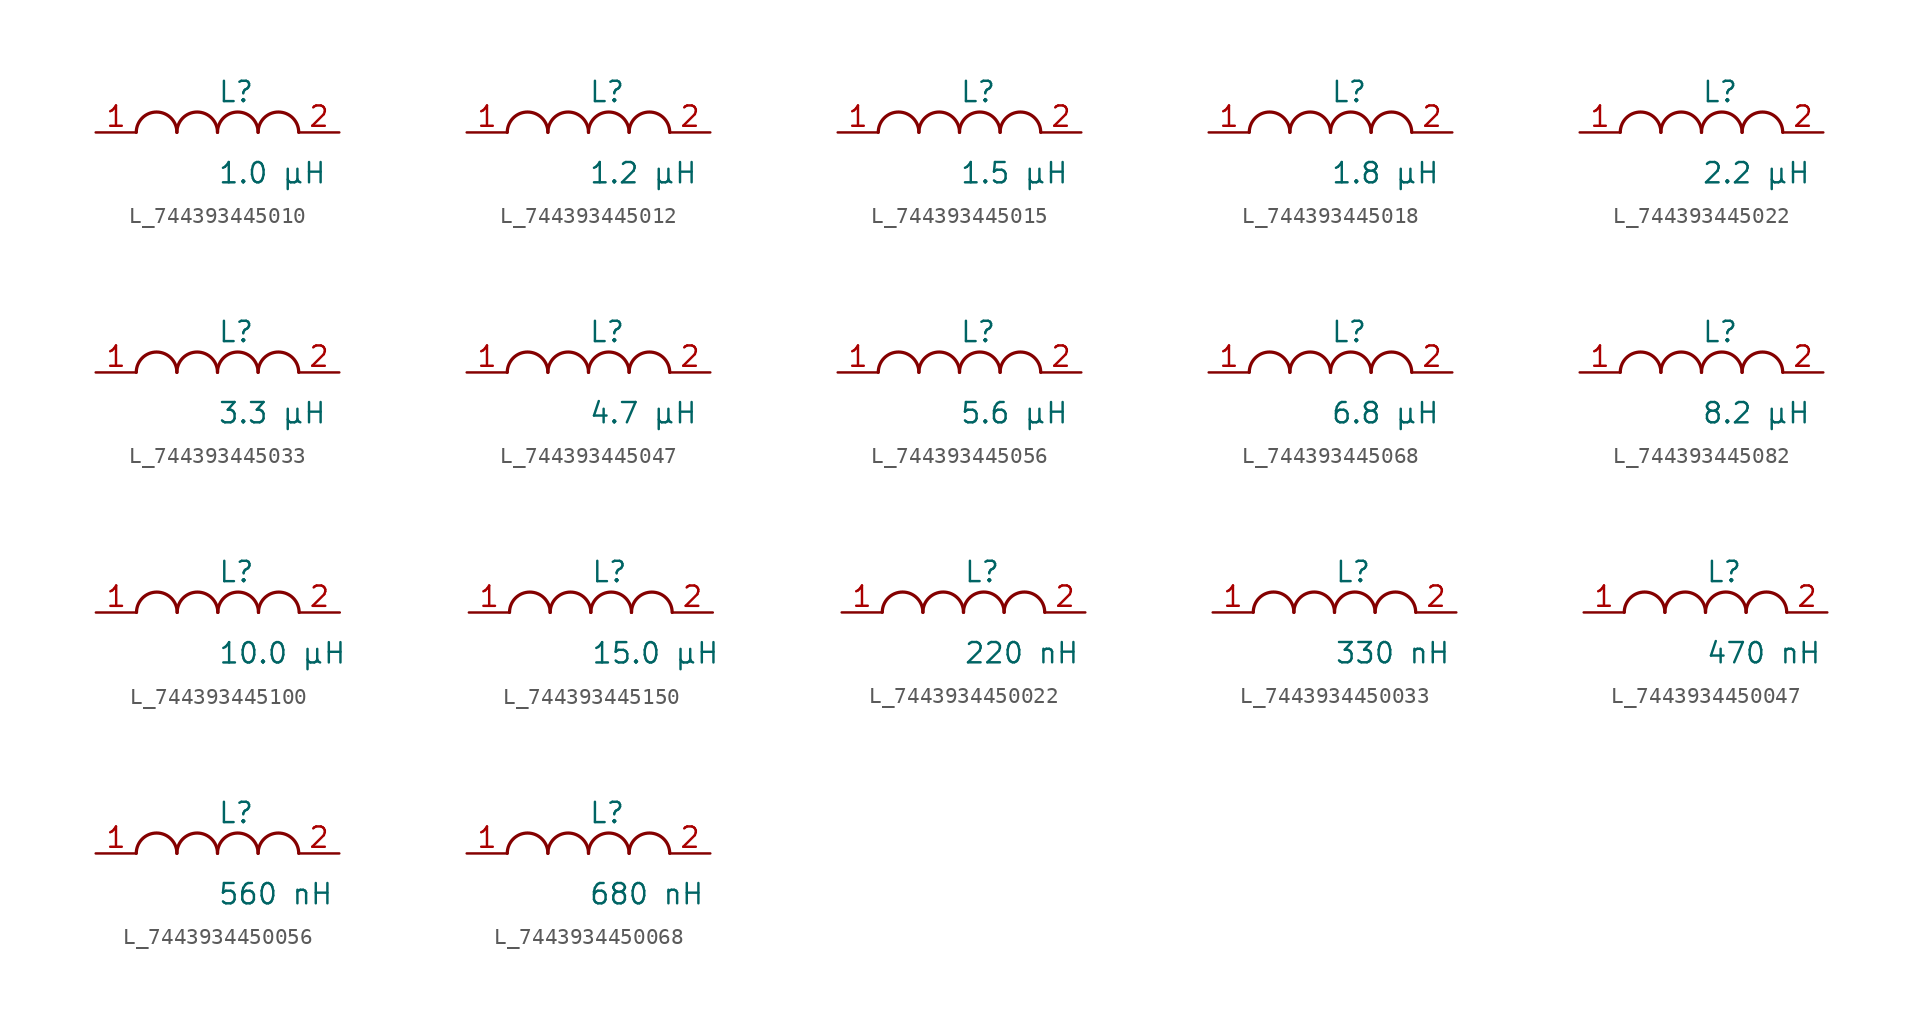
<source format=kicad_sym>
(kicad_symbol_lib
  (version 20231120)
  (generator kicad_symbol_editor)
  (generator_version 8.0)
  (symbol "L_744393445010"
    (pin_names
      (offset 0.254))
    (property "Reference" "L"
      (at 0 2.54 0)
      (effects (font (size 1.27 1.27)) (justify left)))
    (property "Value" "1.0 µH"
      (at 0 -2.54 0)
      (effects (font (size 1.27 1.27)) (justify left)))
    (symbol "L_744393445010_1_1"
      (arc (start -2.54 0.0056) (mid -3.81 1.27) (end -5.08 0.0056) (stroke (width 0.2032) (type default)) (fill (type none)))
      (arc (start 0 0.0056) (mid -1.27 1.27) (end -2.54 0.0056) (stroke (width 0.2032) (type default)) (fill (type none)))
      (arc (start 2.54 0.0056) (mid 1.27 1.27) (end 0 0.0056) (stroke (width 0.2032) (type default)) (fill (type none)))
      (arc (start 5.08 0.0056) (mid 3.81 1.27) (end 2.54 0.0056) (stroke (width 0.2032) (type default)) (fill (type none)))
      (pin unspecified line (at -7.62 0 0) (length 2.54) (name "" (effects (font (size 1.27 1.27)))) (number "1" (effects (font (size 1.27 1.27)))))
      (pin unspecified line (at 7.62 0 180) (length 2.54) (name "" (effects (font (size 1.27 1.27)))) (number "2" (effects (font (size 1.27 1.27)))))))
  (symbol "L_744393445012"
    (pin_names
      (offset 0.254))
    (property "Reference" "L"
      (at 0 2.54 0)
      (effects (font (size 1.27 1.27)) (justify left)))
    (property "Value" "1.2 µH"
      (at 0 -2.54 0)
      (effects (font (size 1.27 1.27)) (justify left)))
    (symbol "L_744393445012_1_1"
      (arc (start -2.54 0.0056) (mid -3.81 1.27) (end -5.08 0.0056) (stroke (width 0.2032) (type default)) (fill (type none)))
      (arc (start 0 0.0056) (mid -1.27 1.27) (end -2.54 0.0056) (stroke (width 0.2032) (type default)) (fill (type none)))
      (arc (start 2.54 0.0056) (mid 1.27 1.27) (end 0 0.0056) (stroke (width 0.2032) (type default)) (fill (type none)))
      (arc (start 5.08 0.0056) (mid 3.81 1.27) (end 2.54 0.0056) (stroke (width 0.2032) (type default)) (fill (type none)))
      (pin unspecified line (at -7.62 0 0) (length 2.54) (name "" (effects (font (size 1.27 1.27)))) (number "1" (effects (font (size 1.27 1.27)))))
      (pin unspecified line (at 7.62 0 180) (length 2.54) (name "" (effects (font (size 1.27 1.27)))) (number "2" (effects (font (size 1.27 1.27)))))))
  (symbol "L_744393445015"
    (pin_names
      (offset 0.254))
    (property "Reference" "L"
      (at 0 2.54 0)
      (effects (font (size 1.27 1.27)) (justify left)))
    (property "Value" "1.5 µH"
      (at 0 -2.54 0)
      (effects (font (size 1.27 1.27)) (justify left)))
    (symbol "L_744393445015_1_1"
      (arc (start -2.54 0.0056) (mid -3.81 1.27) (end -5.08 0.0056) (stroke (width 0.2032) (type default)) (fill (type none)))
      (arc (start 0 0.0056) (mid -1.27 1.27) (end -2.54 0.0056) (stroke (width 0.2032) (type default)) (fill (type none)))
      (arc (start 2.54 0.0056) (mid 1.27 1.27) (end 0 0.0056) (stroke (width 0.2032) (type default)) (fill (type none)))
      (arc (start 5.08 0.0056) (mid 3.81 1.27) (end 2.54 0.0056) (stroke (width 0.2032) (type default)) (fill (type none)))
      (pin unspecified line (at -7.62 0 0) (length 2.54) (name "" (effects (font (size 1.27 1.27)))) (number "1" (effects (font (size 1.27 1.27)))))
      (pin unspecified line (at 7.62 0 180) (length 2.54) (name "" (effects (font (size 1.27 1.27)))) (number "2" (effects (font (size 1.27 1.27)))))))
  (symbol "L_744393445018"
    (pin_names
      (offset 0.254))
    (property "Reference" "L"
      (at 0 2.54 0)
      (effects (font (size 1.27 1.27)) (justify left)))
    (property "Value" "1.8 µH"
      (at 0 -2.54 0)
      (effects (font (size 1.27 1.27)) (justify left)))
    (symbol "L_744393445018_1_1"
      (arc (start -2.54 0.0056) (mid -3.81 1.27) (end -5.08 0.0056) (stroke (width 0.2032) (type default)) (fill (type none)))
      (arc (start 0 0.0056) (mid -1.27 1.27) (end -2.54 0.0056) (stroke (width 0.2032) (type default)) (fill (type none)))
      (arc (start 2.54 0.0056) (mid 1.27 1.27) (end 0 0.0056) (stroke (width 0.2032) (type default)) (fill (type none)))
      (arc (start 5.08 0.0056) (mid 3.81 1.27) (end 2.54 0.0056) (stroke (width 0.2032) (type default)) (fill (type none)))
      (pin unspecified line (at -7.62 0 0) (length 2.54) (name "" (effects (font (size 1.27 1.27)))) (number "1" (effects (font (size 1.27 1.27)))))
      (pin unspecified line (at 7.62 0 180) (length 2.54) (name "" (effects (font (size 1.27 1.27)))) (number "2" (effects (font (size 1.27 1.27)))))))
  (symbol "L_744393445022"
    (pin_names
      (offset 0.254))
    (property "Reference" "L"
      (at 0 2.54 0)
      (effects (font (size 1.27 1.27)) (justify left)))
    (property "Value" "2.2 µH"
      (at 0 -2.54 0)
      (effects (font (size 1.27 1.27)) (justify left)))
    (symbol "L_744393445022_1_1"
      (arc (start -2.54 0.0056) (mid -3.81 1.27) (end -5.08 0.0056) (stroke (width 0.2032) (type default)) (fill (type none)))
      (arc (start 0 0.0056) (mid -1.27 1.27) (end -2.54 0.0056) (stroke (width 0.2032) (type default)) (fill (type none)))
      (arc (start 2.54 0.0056) (mid 1.27 1.27) (end 0 0.0056) (stroke (width 0.2032) (type default)) (fill (type none)))
      (arc (start 5.08 0.0056) (mid 3.81 1.27) (end 2.54 0.0056) (stroke (width 0.2032) (type default)) (fill (type none)))
      (pin unspecified line (at -7.62 0 0) (length 2.54) (name "" (effects (font (size 1.27 1.27)))) (number "1" (effects (font (size 1.27 1.27)))))
      (pin unspecified line (at 7.62 0 180) (length 2.54) (name "" (effects (font (size 1.27 1.27)))) (number "2" (effects (font (size 1.27 1.27)))))))
  (symbol "L_744393445033"
    (pin_names
      (offset 0.254))
    (property "Reference" "L"
      (at 0 2.54 0)
      (effects (font (size 1.27 1.27)) (justify left)))
    (property "Value" "3.3 µH"
      (at 0 -2.54 0)
      (effects (font (size 1.27 1.27)) (justify left)))
    (symbol "L_744393445033_1_1"
      (arc (start -2.54 0.0056) (mid -3.81 1.27) (end -5.08 0.0056) (stroke (width 0.2032) (type default)) (fill (type none)))
      (arc (start 0 0.0056) (mid -1.27 1.27) (end -2.54 0.0056) (stroke (width 0.2032) (type default)) (fill (type none)))
      (arc (start 2.54 0.0056) (mid 1.27 1.27) (end 0 0.0056) (stroke (width 0.2032) (type default)) (fill (type none)))
      (arc (start 5.08 0.0056) (mid 3.81 1.27) (end 2.54 0.0056) (stroke (width 0.2032) (type default)) (fill (type none)))
      (pin unspecified line (at -7.62 0 0) (length 2.54) (name "" (effects (font (size 1.27 1.27)))) (number "1" (effects (font (size 1.27 1.27)))))
      (pin unspecified line (at 7.62 0 180) (length 2.54) (name "" (effects (font (size 1.27 1.27)))) (number "2" (effects (font (size 1.27 1.27)))))))
  (symbol "L_744393445047"
    (pin_names
      (offset 0.254))
    (property "Reference" "L"
      (at 0 2.54 0)
      (effects (font (size 1.27 1.27)) (justify left)))
    (property "Value" "4.7 µH"
      (at 0 -2.54 0)
      (effects (font (size 1.27 1.27)) (justify left)))
    (symbol "L_744393445047_1_1"
      (arc (start -2.54 0.0056) (mid -3.81 1.27) (end -5.08 0.0056) (stroke (width 0.2032) (type default)) (fill (type none)))
      (arc (start 0 0.0056) (mid -1.27 1.27) (end -2.54 0.0056) (stroke (width 0.2032) (type default)) (fill (type none)))
      (arc (start 2.54 0.0056) (mid 1.27 1.27) (end 0 0.0056) (stroke (width 0.2032) (type default)) (fill (type none)))
      (arc (start 5.08 0.0056) (mid 3.81 1.27) (end 2.54 0.0056) (stroke (width 0.2032) (type default)) (fill (type none)))
      (pin unspecified line (at -7.62 0 0) (length 2.54) (name "" (effects (font (size 1.27 1.27)))) (number "1" (effects (font (size 1.27 1.27)))))
      (pin unspecified line (at 7.62 0 180) (length 2.54) (name "" (effects (font (size 1.27 1.27)))) (number "2" (effects (font (size 1.27 1.27)))))))
  (symbol "L_744393445056"
    (pin_names
      (offset 0.254))
    (property "Reference" "L"
      (at 0 2.54 0)
      (effects (font (size 1.27 1.27)) (justify left)))
    (property "Value" "5.6 µH"
      (at 0 -2.54 0)
      (effects (font (size 1.27 1.27)) (justify left)))
    (symbol "L_744393445056_1_1"
      (arc (start -2.54 0.0056) (mid -3.81 1.27) (end -5.08 0.0056) (stroke (width 0.2032) (type default)) (fill (type none)))
      (arc (start 0 0.0056) (mid -1.27 1.27) (end -2.54 0.0056) (stroke (width 0.2032) (type default)) (fill (type none)))
      (arc (start 2.54 0.0056) (mid 1.27 1.27) (end 0 0.0056) (stroke (width 0.2032) (type default)) (fill (type none)))
      (arc (start 5.08 0.0056) (mid 3.81 1.27) (end 2.54 0.0056) (stroke (width 0.2032) (type default)) (fill (type none)))
      (pin unspecified line (at -7.62 0 0) (length 2.54) (name "" (effects (font (size 1.27 1.27)))) (number "1" (effects (font (size 1.27 1.27)))))
      (pin unspecified line (at 7.62 0 180) (length 2.54) (name "" (effects (font (size 1.27 1.27)))) (number "2" (effects (font (size 1.27 1.27)))))))
  (symbol "L_744393445068"
    (pin_names
      (offset 0.254))
    (property "Reference" "L"
      (at 0 2.54 0)
      (effects (font (size 1.27 1.27)) (justify left)))
    (property "Value" "6.8 µH"
      (at 0 -2.54 0)
      (effects (font (size 1.27 1.27)) (justify left)))
    (symbol "L_744393445068_1_1"
      (arc (start -2.54 0.0056) (mid -3.81 1.27) (end -5.08 0.0056) (stroke (width 0.2032) (type default)) (fill (type none)))
      (arc (start 0 0.0056) (mid -1.27 1.27) (end -2.54 0.0056) (stroke (width 0.2032) (type default)) (fill (type none)))
      (arc (start 2.54 0.0056) (mid 1.27 1.27) (end 0 0.0056) (stroke (width 0.2032) (type default)) (fill (type none)))
      (arc (start 5.08 0.0056) (mid 3.81 1.27) (end 2.54 0.0056) (stroke (width 0.2032) (type default)) (fill (type none)))
      (pin unspecified line (at -7.62 0 0) (length 2.54) (name "" (effects (font (size 1.27 1.27)))) (number "1" (effects (font (size 1.27 1.27)))))
      (pin unspecified line (at 7.62 0 180) (length 2.54) (name "" (effects (font (size 1.27 1.27)))) (number "2" (effects (font (size 1.27 1.27)))))))
  (symbol "L_744393445082"
    (pin_names
      (offset 0.254))
    (property "Reference" "L"
      (at 0 2.54 0)
      (effects (font (size 1.27 1.27)) (justify left)))
    (property "Value" "8.2 µH"
      (at 0 -2.54 0)
      (effects (font (size 1.27 1.27)) (justify left)))
    (symbol "L_744393445082_1_1"
      (arc (start -2.54 0.0056) (mid -3.81 1.27) (end -5.08 0.0056) (stroke (width 0.2032) (type default)) (fill (type none)))
      (arc (start 0 0.0056) (mid -1.27 1.27) (end -2.54 0.0056) (stroke (width 0.2032) (type default)) (fill (type none)))
      (arc (start 2.54 0.0056) (mid 1.27 1.27) (end 0 0.0056) (stroke (width 0.2032) (type default)) (fill (type none)))
      (arc (start 5.08 0.0056) (mid 3.81 1.27) (end 2.54 0.0056) (stroke (width 0.2032) (type default)) (fill (type none)))
      (pin unspecified line (at -7.62 0 0) (length 2.54) (name "" (effects (font (size 1.27 1.27)))) (number "1" (effects (font (size 1.27 1.27)))))
      (pin unspecified line (at 7.62 0 180) (length 2.54) (name "" (effects (font (size 1.27 1.27)))) (number "2" (effects (font (size 1.27 1.27)))))))
  (symbol "L_744393445100"
    (pin_names
      (offset 0.254))
    (property "Reference" "L"
      (at 0 2.54 0)
      (effects (font (size 1.27 1.27)) (justify left)))
    (property "Value" "10.0 µH"
      (at 0 -2.54 0)
      (effects (font (size 1.27 1.27)) (justify left)))
    (symbol "L_744393445100_1_1"
      (arc (start -2.54 0.0056) (mid -3.81 1.27) (end -5.08 0.0056) (stroke (width 0.2032) (type default)) (fill (type none)))
      (arc (start 0 0.0056) (mid -1.27 1.27) (end -2.54 0.0056) (stroke (width 0.2032) (type default)) (fill (type none)))
      (arc (start 2.54 0.0056) (mid 1.27 1.27) (end 0 0.0056) (stroke (width 0.2032) (type default)) (fill (type none)))
      (arc (start 5.08 0.0056) (mid 3.81 1.27) (end 2.54 0.0056) (stroke (width 0.2032) (type default)) (fill (type none)))
      (pin unspecified line (at -7.62 0 0) (length 2.54) (name "" (effects (font (size 1.27 1.27)))) (number "1" (effects (font (size 1.27 1.27)))))
      (pin unspecified line (at 7.62 0 180) (length 2.54) (name "" (effects (font (size 1.27 1.27)))) (number "2" (effects (font (size 1.27 1.27)))))))
  (symbol "L_744393445150"
    (pin_names
      (offset 0.254))
    (property "Reference" "L"
      (at 0 2.54 0)
      (effects (font (size 1.27 1.27)) (justify left)))
    (property "Value" "15.0 µH"
      (at 0 -2.54 0)
      (effects (font (size 1.27 1.27)) (justify left)))
    (symbol "L_744393445150_1_1"
      (arc (start -2.54 0.0056) (mid -3.81 1.27) (end -5.08 0.0056) (stroke (width 0.2032) (type default)) (fill (type none)))
      (arc (start 0 0.0056) (mid -1.27 1.27) (end -2.54 0.0056) (stroke (width 0.2032) (type default)) (fill (type none)))
      (arc (start 2.54 0.0056) (mid 1.27 1.27) (end 0 0.0056) (stroke (width 0.2032) (type default)) (fill (type none)))
      (arc (start 5.08 0.0056) (mid 3.81 1.27) (end 2.54 0.0056) (stroke (width 0.2032) (type default)) (fill (type none)))
      (pin unspecified line (at -7.62 0 0) (length 2.54) (name "" (effects (font (size 1.27 1.27)))) (number "1" (effects (font (size 1.27 1.27)))))
      (pin unspecified line (at 7.62 0 180) (length 2.54) (name "" (effects (font (size 1.27 1.27)))) (number "2" (effects (font (size 1.27 1.27)))))))
  (symbol "L_7443934450022"
    (pin_names
      (offset 0.254))
    (property "Reference" "L"
      (at 0 2.54 0)
      (effects (font (size 1.27 1.27)) (justify left)))
    (property "Value" "220 nH"
      (at 0 -2.54 0)
      (effects (font (size 1.27 1.27)) (justify left)))
    (symbol "L_7443934450022_1_1"
      (arc (start -2.54 0.0056) (mid -3.81 1.27) (end -5.08 0.0056) (stroke (width 0.2032) (type default)) (fill (type none)))
      (arc (start 0 0.0056) (mid -1.27 1.27) (end -2.54 0.0056) (stroke (width 0.2032) (type default)) (fill (type none)))
      (arc (start 2.54 0.0056) (mid 1.27 1.27) (end 0 0.0056) (stroke (width 0.2032) (type default)) (fill (type none)))
      (arc (start 5.08 0.0056) (mid 3.81 1.27) (end 2.54 0.0056) (stroke (width 0.2032) (type default)) (fill (type none)))
      (pin unspecified line (at -7.62 0 0) (length 2.54) (name "" (effects (font (size 1.27 1.27)))) (number "1" (effects (font (size 1.27 1.27)))))
      (pin unspecified line (at 7.62 0 180) (length 2.54) (name "" (effects (font (size 1.27 1.27)))) (number "2" (effects (font (size 1.27 1.27)))))))
  (symbol "L_7443934450033"
    (pin_names
      (offset 0.254))
    (property "Reference" "L"
      (at 0 2.54 0)
      (effects (font (size 1.27 1.27)) (justify left)))
    (property "Value" "330 nH"
      (at 0 -2.54 0)
      (effects (font (size 1.27 1.27)) (justify left)))
    (symbol "L_7443934450033_1_1"
      (arc (start -2.54 0.0056) (mid -3.81 1.27) (end -5.08 0.0056) (stroke (width 0.2032) (type default)) (fill (type none)))
      (arc (start 0 0.0056) (mid -1.27 1.27) (end -2.54 0.0056) (stroke (width 0.2032) (type default)) (fill (type none)))
      (arc (start 2.54 0.0056) (mid 1.27 1.27) (end 0 0.0056) (stroke (width 0.2032) (type default)) (fill (type none)))
      (arc (start 5.08 0.0056) (mid 3.81 1.27) (end 2.54 0.0056) (stroke (width 0.2032) (type default)) (fill (type none)))
      (pin unspecified line (at -7.62 0 0) (length 2.54) (name "" (effects (font (size 1.27 1.27)))) (number "1" (effects (font (size 1.27 1.27)))))
      (pin unspecified line (at 7.62 0 180) (length 2.54) (name "" (effects (font (size 1.27 1.27)))) (number "2" (effects (font (size 1.27 1.27)))))))
  (symbol "L_7443934450047"
    (pin_names
      (offset 0.254))
    (property "Reference" "L"
      (at 0 2.54 0)
      (effects (font (size 1.27 1.27)) (justify left)))
    (property "Value" "470 nH"
      (at 0 -2.54 0)
      (effects (font (size 1.27 1.27)) (justify left)))
    (symbol "L_7443934450047_1_1"
      (arc (start -2.54 0.0056) (mid -3.81 1.27) (end -5.08 0.0056) (stroke (width 0.2032) (type default)) (fill (type none)))
      (arc (start 0 0.0056) (mid -1.27 1.27) (end -2.54 0.0056) (stroke (width 0.2032) (type default)) (fill (type none)))
      (arc (start 2.54 0.0056) (mid 1.27 1.27) (end 0 0.0056) (stroke (width 0.2032) (type default)) (fill (type none)))
      (arc (start 5.08 0.0056) (mid 3.81 1.27) (end 2.54 0.0056) (stroke (width 0.2032) (type default)) (fill (type none)))
      (pin unspecified line (at -7.62 0 0) (length 2.54) (name "" (effects (font (size 1.27 1.27)))) (number "1" (effects (font (size 1.27 1.27)))))
      (pin unspecified line (at 7.62 0 180) (length 2.54) (name "" (effects (font (size 1.27 1.27)))) (number "2" (effects (font (size 1.27 1.27)))))))
  (symbol "L_7443934450056"
    (pin_names
      (offset 0.254))
    (property "Reference" "L"
      (at 0 2.54 0)
      (effects (font (size 1.27 1.27)) (justify left)))
    (property "Value" "560 nH"
      (at 0 -2.54 0)
      (effects (font (size 1.27 1.27)) (justify left)))
    (symbol "L_7443934450056_1_1"
      (arc (start -2.54 0.0056) (mid -3.81 1.27) (end -5.08 0.0056) (stroke (width 0.2032) (type default)) (fill (type none)))
      (arc (start 0 0.0056) (mid -1.27 1.27) (end -2.54 0.0056) (stroke (width 0.2032) (type default)) (fill (type none)))
      (arc (start 2.54 0.0056) (mid 1.27 1.27) (end 0 0.0056) (stroke (width 0.2032) (type default)) (fill (type none)))
      (arc (start 5.08 0.0056) (mid 3.81 1.27) (end 2.54 0.0056) (stroke (width 0.2032) (type default)) (fill (type none)))
      (pin unspecified line (at -7.62 0 0) (length 2.54) (name "" (effects (font (size 1.27 1.27)))) (number "1" (effects (font (size 1.27 1.27)))))
      (pin unspecified line (at 7.62 0 180) (length 2.54) (name "" (effects (font (size 1.27 1.27)))) (number "2" (effects (font (size 1.27 1.27)))))))
  (symbol "L_7443934450068"
    (pin_names
      (offset 0.254))
    (property "Reference" "L"
      (at 0 2.54 0)
      (effects (font (size 1.27 1.27)) (justify left)))
    (property "Value" "680 nH"
      (at 0 -2.54 0)
      (effects (font (size 1.27 1.27)) (justify left)))
    (symbol "L_7443934450068_1_1"
      (arc (start -2.54 0.0056) (mid -3.81 1.27) (end -5.08 0.0056) (stroke (width 0.2032) (type default)) (fill (type none)))
      (arc (start 0 0.0056) (mid -1.27 1.27) (end -2.54 0.0056) (stroke (width 0.2032) (type default)) (fill (type none)))
      (arc (start 2.54 0.0056) (mid 1.27 1.27) (end 0 0.0056) (stroke (width 0.2032) (type default)) (fill (type none)))
      (arc (start 5.08 0.0056) (mid 3.81 1.27) (end 2.54 0.0056) (stroke (width 0.2032) (type default)) (fill (type none)))
      (pin unspecified line (at -7.62 0 0) (length 2.54) (name "" (effects (font (size 1.27 1.27)))) (number "1" (effects (font (size 1.27 1.27)))))
      (pin unspecified line (at 7.62 0 180) (length 2.54) (name "" (effects (font (size 1.27 1.27)))) (number "2" (effects (font (size 1.27 1.27))))))))
</source>
